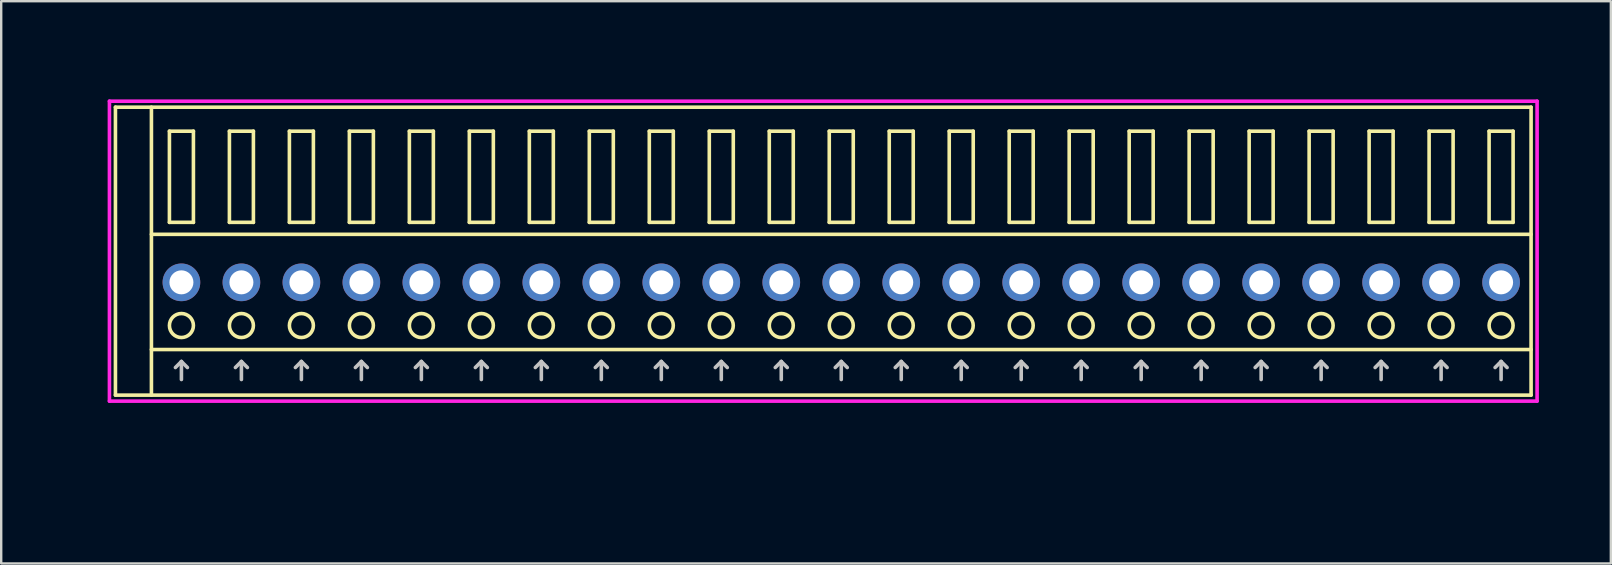
<source format=kicad_pcb>
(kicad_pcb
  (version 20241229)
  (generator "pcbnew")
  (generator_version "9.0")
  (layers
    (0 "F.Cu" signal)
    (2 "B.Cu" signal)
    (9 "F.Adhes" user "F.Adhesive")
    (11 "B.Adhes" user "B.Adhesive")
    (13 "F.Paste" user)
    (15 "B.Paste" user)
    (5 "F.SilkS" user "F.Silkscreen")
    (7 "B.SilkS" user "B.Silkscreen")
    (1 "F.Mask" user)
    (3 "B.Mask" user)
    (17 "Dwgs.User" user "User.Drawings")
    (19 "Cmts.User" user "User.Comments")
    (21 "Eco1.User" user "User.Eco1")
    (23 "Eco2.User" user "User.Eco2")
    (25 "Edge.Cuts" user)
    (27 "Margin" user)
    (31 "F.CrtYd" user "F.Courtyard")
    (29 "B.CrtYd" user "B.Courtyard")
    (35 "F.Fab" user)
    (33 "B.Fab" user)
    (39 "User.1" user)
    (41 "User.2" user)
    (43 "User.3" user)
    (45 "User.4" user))
  (footprint "COMBICON_HDR250P23"
    (layer "F.Cu")
    (at 32.011 8.717)
    (property "Reference" "COMBICON_HDR250P23" (at -31.25 0 90) (layer "User.1") (effects (font (size 1 1) (thickness 0.1))))
    (attr through_hole)
    (fp_line (start -30.25 -7.3) (end -30.25 4.7) (stroke (width 0.15) (type solid)) (layer "F.SilkS"))
    (fp_line (start -30.25 4.7) (end 28.75 4.7) (stroke (width 0.15) (type solid)) (layer "F.SilkS"))
    (fp_line (start -28.75 -2) (end 28.75 -2) (stroke (width 0.15) (type solid)) (layer "F.SilkS"))
    (fp_line (start -28.75 2.8) (end 28.75 2.8) (stroke (width 0.15) (type solid)) (layer "F.SilkS"))
    (fp_line (start -28.75 4.7) (end -28.75 -7.3) (stroke (width 0.15) (type solid)) (layer "F.SilkS"))
    (fp_line (start -28 -6.3) (end -28 -2.5) (stroke (width 0.15) (type solid)) (layer "F.SilkS"))
    (fp_line (start -28 -2.5) (end -27 -2.5) (stroke (width 0.15) (type solid)) (layer "F.SilkS"))
    (fp_line (start -27 -6.3) (end -28 -6.3) (stroke (width 0.15) (type solid)) (layer "F.SilkS"))
    (fp_line (start -27 -2.5) (end -27 -6.3) (stroke (width 0.15) (type solid)) (layer "F.SilkS"))
    (fp_line (start -25.5 -6.3) (end -25.5 -2.5) (stroke (width 0.15) (type solid)) (layer "F.SilkS"))
    (fp_line (start -25.5 -2.5) (end -24.5 -2.5) (stroke (width 0.15) (type solid)) (layer "F.SilkS"))
    (fp_line (start -24.5 -6.3) (end -25.5 -6.3) (stroke (width 0.15) (type solid)) (layer "F.SilkS"))
    (fp_line (start -24.5 -2.5) (end -24.5 -6.3) (stroke (width 0.15) (type solid)) (layer "F.SilkS"))
    (fp_line (start -23 -6.3) (end -23 -2.5) (stroke (width 0.15) (type solid)) (layer "F.SilkS"))
    (fp_line (start -23 -2.5) (end -22 -2.5) (stroke (width 0.15) (type solid)) (layer "F.SilkS"))
    (fp_line (start -22 -6.3) (end -23 -6.3) (stroke (width 0.15) (type solid)) (layer "F.SilkS"))
    (fp_line (start -22 -2.5) (end -22 -6.3) (stroke (width 0.15) (type solid)) (layer "F.SilkS"))
    (fp_line (start -20.5 -6.3) (end -20.5 -2.5) (stroke (width 0.15) (type solid)) (layer "F.SilkS"))
    (fp_line (start -20.5 -2.5) (end -19.5 -2.5) (stroke (width 0.15) (type solid)) (layer "F.SilkS"))
    (fp_line (start -19.5 -6.3) (end -20.5 -6.3) (stroke (width 0.15) (type solid)) (layer "F.SilkS"))
    (fp_line (start -19.5 -2.5) (end -19.5 -6.3) (stroke (width 0.15) (type solid)) (layer "F.SilkS"))
    (fp_line (start -18 -6.3) (end -18 -2.5) (stroke (width 0.15) (type solid)) (layer "F.SilkS"))
    (fp_line (start -18 -2.5) (end -17 -2.5) (stroke (width 0.15) (type solid)) (layer "F.SilkS"))
    (fp_line (start -17 -6.3) (end -18 -6.3) (stroke (width 0.15) (type solid)) (layer "F.SilkS"))
    (fp_line (start -17 -2.5) (end -17 -6.3) (stroke (width 0.15) (type solid)) (layer "F.SilkS"))
    (fp_line (start -15.5 -6.3) (end -15.5 -2.5) (stroke (width 0.15) (type solid)) (layer "F.SilkS"))
    (fp_line (start -15.5 -2.5) (end -14.5 -2.5) (stroke (width 0.15) (type solid)) (layer "F.SilkS"))
    (fp_line (start -14.5 -6.3) (end -15.5 -6.3) (stroke (width 0.15) (type solid)) (layer "F.SilkS"))
    (fp_line (start -14.5 -2.5) (end -14.5 -6.3) (stroke (width 0.15) (type solid)) (layer "F.SilkS"))
    (fp_line (start -13 -6.3) (end -13 -2.5) (stroke (width 0.15) (type solid)) (layer "F.SilkS"))
    (fp_line (start -13 -2.5) (end -12 -2.5) (stroke (width 0.15) (type solid)) (layer "F.SilkS"))
    (fp_line (start -12 -6.3) (end -13 -6.3) (stroke (width 0.15) (type solid)) (layer "F.SilkS"))
    (fp_line (start -12 -2.5) (end -12 -6.3) (stroke (width 0.15) (type solid)) (layer "F.SilkS"))
    (fp_line (start -10.5 -6.3) (end -10.5 -2.5) (stroke (width 0.15) (type solid)) (layer "F.SilkS"))
    (fp_line (start -10.5 -2.5) (end -9.5 -2.5) (stroke (width 0.15) (type solid)) (layer "F.SilkS"))
    (fp_line (start -9.5 -6.3) (end -10.5 -6.3) (stroke (width 0.15) (type solid)) (layer "F.SilkS"))
    (fp_line (start -9.5 -2.5) (end -9.5 -6.3) (stroke (width 0.15) (type solid)) (layer "F.SilkS"))
    (fp_line (start -8 -6.3) (end -8 -2.5) (stroke (width 0.15) (type solid)) (layer "F.SilkS"))
    (fp_line (start -8 -2.5) (end -7 -2.5) (stroke (width 0.15) (type solid)) (layer "F.SilkS"))
    (fp_line (start -7 -6.3) (end -8 -6.3) (stroke (width 0.15) (type solid)) (layer "F.SilkS"))
    (fp_line (start -7 -2.5) (end -7 -6.3) (stroke (width 0.15) (type solid)) (layer "F.SilkS"))
    (fp_line (start -5.5 -6.3) (end -5.5 -2.5) (stroke (width 0.15) (type solid)) (layer "F.SilkS"))
    (fp_line (start -5.5 -2.5) (end -4.5 -2.5) (stroke (width 0.15) (type solid)) (layer "F.SilkS"))
    (fp_line (start -4.5 -6.3) (end -5.5 -6.3) (stroke (width 0.15) (type solid)) (layer "F.SilkS"))
    (fp_line (start -4.5 -2.5) (end -4.5 -6.3) (stroke (width 0.15) (type solid)) (layer "F.SilkS"))
    (fp_line (start -3 -6.3) (end -3 -2.5) (stroke (width 0.15) (type solid)) (layer "F.SilkS"))
    (fp_line (start -3 -2.5) (end -2 -2.5) (stroke (width 0.15) (type solid)) (layer "F.SilkS"))
    (fp_line (start -2 -6.3) (end -3 -6.3) (stroke (width 0.15) (type solid)) (layer "F.SilkS"))
    (fp_line (start -2 -2.5) (end -2 -6.3) (stroke (width 0.15) (type solid)) (layer "F.SilkS"))
    (fp_line (start -0.5 -6.3) (end -0.5 -2.5) (stroke (width 0.15) (type solid)) (layer "F.SilkS"))
    (fp_line (start -0.5 -2.5) (end 0.5 -2.5) (stroke (width 0.15) (type solid)) (layer "F.SilkS"))
    (fp_line (start 0.5 -6.3) (end -0.5 -6.3) (stroke (width 0.15) (type solid)) (layer "F.SilkS"))
    (fp_line (start 0.5 -2.5) (end 0.5 -6.3) (stroke (width 0.15) (type solid)) (layer "F.SilkS"))
    (fp_line (start 2 -6.3) (end 2 -2.5) (stroke (width 0.15) (type solid)) (layer "F.SilkS"))
    (fp_line (start 2 -2.5) (end 3 -2.5) (stroke (width 0.15) (type solid)) (layer "F.SilkS"))
    (fp_line (start 3 -6.3) (end 2 -6.3) (stroke (width 0.15) (type solid)) (layer "F.SilkS"))
    (fp_line (start 3 -2.5) (end 3 -6.3) (stroke (width 0.15) (type solid)) (layer "F.SilkS"))
    (fp_line (start 4.5 -6.3) (end 4.5 -2.5) (stroke (width 0.15) (type solid)) (layer "F.SilkS"))
    (fp_line (start 4.5 -2.5) (end 5.5 -2.5) (stroke (width 0.15) (type solid)) (layer "F.SilkS"))
    (fp_line (start 5.5 -6.3) (end 4.5 -6.3) (stroke (width 0.15) (type solid)) (layer "F.SilkS"))
    (fp_line (start 5.5 -2.5) (end 5.5 -6.3) (stroke (width 0.15) (type solid)) (layer "F.SilkS"))
    (fp_line (start 7 -6.3) (end 7 -2.5) (stroke (width 0.15) (type solid)) (layer "F.SilkS"))
    (fp_line (start 7 -2.5) (end 8 -2.5) (stroke (width 0.15) (type solid)) (layer "F.SilkS"))
    (fp_line (start 8 -6.3) (end 7 -6.3) (stroke (width 0.15) (type solid)) (layer "F.SilkS"))
    (fp_line (start 8 -2.5) (end 8 -6.3) (stroke (width 0.15) (type solid)) (layer "F.SilkS"))
    (fp_line (start 9.5 -6.3) (end 9.5 -2.5) (stroke (width 0.15) (type solid)) (layer "F.SilkS"))
    (fp_line (start 9.5 -2.5) (end 10.5 -2.5) (stroke (width 0.15) (type solid)) (layer "F.SilkS"))
    (fp_line (start 10.5 -6.3) (end 9.5 -6.3) (stroke (width 0.15) (type solid)) (layer "F.SilkS"))
    (fp_line (start 10.5 -2.5) (end 10.5 -6.3) (stroke (width 0.15) (type solid)) (layer "F.SilkS"))
    (fp_line (start 12 -6.3) (end 12 -2.5) (stroke (width 0.15) (type solid)) (layer "F.SilkS"))
    (fp_line (start 12 -2.5) (end 13 -2.5) (stroke (width 0.15) (type solid)) (layer "F.SilkS"))
    (fp_line (start 13 -6.3) (end 12 -6.3) (stroke (width 0.15) (type solid)) (layer "F.SilkS"))
    (fp_line (start 13 -2.5) (end 13 -6.3) (stroke (width 0.15) (type solid)) (layer "F.SilkS"))
    (fp_line (start 14.5 -6.3) (end 14.5 -2.5) (stroke (width 0.15) (type solid)) (layer "F.SilkS"))
    (fp_line (start 14.5 -2.5) (end 15.5 -2.5) (stroke (width 0.15) (type solid)) (layer "F.SilkS"))
    (fp_line (start 15.5 -6.3) (end 14.5 -6.3) (stroke (width 0.15) (type solid)) (layer "F.SilkS"))
    (fp_line (start 15.5 -2.5) (end 15.5 -6.3) (stroke (width 0.15) (type solid)) (layer "F.SilkS"))
    (fp_line (start 17 -6.3) (end 17 -2.5) (stroke (width 0.15) (type solid)) (layer "F.SilkS"))
    (fp_line (start 17 -2.5) (end 18 -2.5) (stroke (width 0.15) (type solid)) (layer "F.SilkS"))
    (fp_line (start 18 -6.3) (end 17 -6.3) (stroke (width 0.15) (type solid)) (layer "F.SilkS"))
    (fp_line (start 18 -2.5) (end 18 -6.3) (stroke (width 0.15) (type solid)) (layer "F.SilkS"))
    (fp_line (start 19.5 -6.3) (end 19.5 -2.5) (stroke (width 0.15) (type solid)) (layer "F.SilkS"))
    (fp_line (start 19.5 -2.5) (end 20.5 -2.5) (stroke (width 0.15) (type solid)) (layer "F.SilkS"))
    (fp_line (start 20.5 -6.3) (end 19.5 -6.3) (stroke (width 0.15) (type solid)) (layer "F.SilkS"))
    (fp_line (start 20.5 -2.5) (end 20.5 -6.3) (stroke (width 0.15) (type solid)) (layer "F.SilkS"))
    (fp_line (start 22 -6.3) (end 22 -2.5) (stroke (width 0.15) (type solid)) (layer "F.SilkS"))
    (fp_line (start 22 -2.5) (end 23 -2.5) (stroke (width 0.15) (type solid)) (layer "F.SilkS"))
    (fp_line (start 23 -6.3) (end 22 -6.3) (stroke (width 0.15) (type solid)) (layer "F.SilkS"))
    (fp_line (start 23 -2.5) (end 23 -6.3) (stroke (width 0.15) (type solid)) (layer "F.SilkS"))
    (fp_line (start 24.5 -6.3) (end 24.5 -2.5) (stroke (width 0.15) (type solid)) (layer "F.SilkS"))
    (fp_line (start 24.5 -2.5) (end 25.5 -2.5) (stroke (width 0.15) (type solid)) (layer "F.SilkS"))
    (fp_line (start 25.5 -6.3) (end 24.5 -6.3) (stroke (width 0.15) (type solid)) (layer "F.SilkS"))
    (fp_line (start 25.5 -2.5) (end 25.5 -6.3) (stroke (width 0.15) (type solid)) (layer "F.SilkS"))
    (fp_line (start 27 -6.3) (end 27 -2.5) (stroke (width 0.15) (type solid)) (layer "F.SilkS"))
    (fp_line (start 27 -2.5) (end 28 -2.5) (stroke (width 0.15) (type solid)) (layer "F.SilkS"))
    (fp_line (start 28 -6.3) (end 27 -6.3) (stroke (width 0.15) (type solid)) (layer "F.SilkS"))
    (fp_line (start 28 -2.5) (end 28 -6.3) (stroke (width 0.15) (type solid)) (layer "F.SilkS"))
    (fp_line (start 28.75 -7.3) (end -30.25 -7.3) (stroke (width 0.15) (type solid)) (layer "F.SilkS"))
    (fp_line (start 28.75 4.7) (end 28.75 -7.3) (stroke (width 0.15) (type solid)) (layer "F.SilkS"))
    (fp_circle (center -27.5 1.8) (end -27 1.8) (stroke (width 0.15) (type solid)) (fill no) (layer "F.SilkS"))
    (fp_circle (center -25 1.8) (end -24.5 1.8) (stroke (width 0.15) (type solid)) (fill no) (layer "F.SilkS"))
    (fp_circle (center -22.5 1.8) (end -22 1.8) (stroke (width 0.15) (type solid)) (fill no) (layer "F.SilkS"))
    (fp_circle (center -20 1.8) (end -19.5 1.8) (stroke (width 0.15) (type solid)) (fill no) (layer "F.SilkS"))
    (fp_circle (center -17.5 1.8) (end -17 1.8) (stroke (width 0.15) (type solid)) (fill no) (layer "F.SilkS"))
    (fp_circle (center -15 1.8) (end -14.5 1.8) (stroke (width 0.15) (type solid)) (fill no) (layer "F.SilkS"))
    (fp_circle (center -12.5 1.8) (end -12 1.8) (stroke (width 0.15) (type solid)) (fill no) (layer "F.SilkS"))
    (fp_circle (center -10 1.8) (end -9.5 1.8) (stroke (width 0.15) (type solid)) (fill no) (layer "F.SilkS"))
    (fp_circle (center -7.5 1.8) (end -7 1.8) (stroke (width 0.15) (type solid)) (fill no) (layer "F.SilkS"))
    (fp_circle (center -5 1.8) (end -4.5 1.8) (stroke (width 0.15) (type solid)) (fill no) (layer "F.SilkS"))
    (fp_circle (center -2.5 1.8) (end -2 1.8) (stroke (width 0.15) (type solid)) (fill no) (layer "F.SilkS"))
    (fp_circle (center 0 1.8) (end 0.5 1.8) (stroke (width 0.15) (type solid)) (fill no) (layer "F.SilkS"))
    (fp_circle (center 2.5 1.8) (end 3 1.8) (stroke (width 0.15) (type solid)) (fill no) (layer "F.SilkS"))
    (fp_circle (center 5 1.8) (end 5.5 1.8) (stroke (width 0.15) (type solid)) (fill no) (layer "F.SilkS"))
    (fp_circle (center 7.5 1.8) (end 8 1.8) (stroke (width 0.15) (type solid)) (fill no) (layer "F.SilkS"))
    (fp_circle (center 10 1.8) (end 10.5 1.8) (stroke (width 0.15) (type solid)) (fill no) (layer "F.SilkS"))
    (fp_circle (center 12.5 1.8) (end 13 1.8) (stroke (width 0.15) (type solid)) (fill no) (layer "F.SilkS"))
    (fp_circle (center 15 1.8) (end 15.5 1.8) (stroke (width 0.15) (type solid)) (fill no) (layer "F.SilkS"))
    (fp_circle (center 17.5 1.8) (end 18 1.8) (stroke (width 0.15) (type solid)) (fill no) (layer "F.SilkS"))
    (fp_circle (center 20 1.8) (end 20.5 1.8) (stroke (width 0.15) (type solid)) (fill no) (layer "F.SilkS"))
    (fp_circle (center 22.5 1.8) (end 23 1.8) (stroke (width 0.15) (type solid)) (fill no) (layer "F.SilkS"))
    (fp_circle (center 25 1.8) (end 25.5 1.8) (stroke (width 0.15) (type solid)) (fill no) (layer "F.SilkS"))
    (fp_circle (center 27.5 1.8) (end 28 1.8) (stroke (width 0.15) (type solid)) (fill no) (layer "F.SilkS"))
    (fp_line (start -27.75 3.55) (end -27.5 3.3) (stroke (width 0.15) (type solid)) (layer "Dwgs.User"))
    (fp_line (start -27.5 4.05) (end -27.5 3.3) (stroke (width 0.15) (type solid)) (layer "Dwgs.User"))
    (fp_line (start -27.25 3.55) (end -27.5 3.3) (stroke (width 0.15) (type solid)) (layer "Dwgs.User"))
    (fp_line (start -25.25 3.55) (end -25 3.3) (stroke (width 0.15) (type solid)) (layer "Dwgs.User"))
    (fp_line (start -25 4.05) (end -25 3.3) (stroke (width 0.15) (type solid)) (layer "Dwgs.User"))
    (fp_line (start -24.75 3.55) (end -25 3.3) (stroke (width 0.15) (type solid)) (layer "Dwgs.User"))
    (fp_line (start -22.75 3.55) (end -22.5 3.3) (stroke (width 0.15) (type solid)) (layer "Dwgs.User"))
    (fp_line (start -22.5 4.05) (end -22.5 3.3) (stroke (width 0.15) (type solid)) (layer "Dwgs.User"))
    (fp_line (start -22.25 3.55) (end -22.5 3.3) (stroke (width 0.15) (type solid)) (layer "Dwgs.User"))
    (fp_line (start -20.25 3.55) (end -20 3.3) (stroke (width 0.15) (type solid)) (layer "Dwgs.User"))
    (fp_line (start -20 4.05) (end -20 3.3) (stroke (width 0.15) (type solid)) (layer "Dwgs.User"))
    (fp_line (start -19.75 3.55) (end -20 3.3) (stroke (width 0.15) (type solid)) (layer "Dwgs.User"))
    (fp_line (start -17.75 3.55) (end -17.5 3.3) (stroke (width 0.15) (type solid)) (layer "Dwgs.User"))
    (fp_line (start -17.5 4.05) (end -17.5 3.3) (stroke (width 0.15) (type solid)) (layer "Dwgs.User"))
    (fp_line (start -17.25 3.55) (end -17.5 3.3) (stroke (width 0.15) (type solid)) (layer "Dwgs.User"))
    (fp_line (start -15.25 3.55) (end -15 3.3) (stroke (width 0.15) (type solid)) (layer "Dwgs.User"))
    (fp_line (start -15 4.05) (end -15 3.3) (stroke (width 0.15) (type solid)) (layer "Dwgs.User"))
    (fp_line (start -14.75 3.55) (end -15 3.3) (stroke (width 0.15) (type solid)) (layer "Dwgs.User"))
    (fp_line (start -12.75 3.55) (end -12.5 3.3) (stroke (width 0.15) (type solid)) (layer "Dwgs.User"))
    (fp_line (start -12.5 4.05) (end -12.5 3.3) (stroke (width 0.15) (type solid)) (layer "Dwgs.User"))
    (fp_line (start -12.25 3.55) (end -12.5 3.3) (stroke (width 0.15) (type solid)) (layer "Dwgs.User"))
    (fp_line (start -10.25 3.55) (end -10 3.3) (stroke (width 0.15) (type solid)) (layer "Dwgs.User"))
    (fp_line (start -10 4.05) (end -10 3.3) (stroke (width 0.15) (type solid)) (layer "Dwgs.User"))
    (fp_line (start -9.75 3.55) (end -10 3.3) (stroke (width 0.15) (type solid)) (layer "Dwgs.User"))
    (fp_line (start -7.75 3.55) (end -7.5 3.3) (stroke (width 0.15) (type solid)) (layer "Dwgs.User"))
    (fp_line (start -7.5 4.05) (end -7.5 3.3) (stroke (width 0.15) (type solid)) (layer "Dwgs.User"))
    (fp_line (start -7.25 3.55) (end -7.5 3.3) (stroke (width 0.15) (type solid)) (layer "Dwgs.User"))
    (fp_line (start -5.25 3.55) (end -5 3.3) (stroke (width 0.15) (type solid)) (layer "Dwgs.User"))
    (fp_line (start -5 4.05) (end -5 3.3) (stroke (width 0.15) (type solid)) (layer "Dwgs.User"))
    (fp_line (start -4.75 3.55) (end -5 3.3) (stroke (width 0.15) (type solid)) (layer "Dwgs.User"))
    (fp_line (start -2.75 3.55) (end -2.5 3.3) (stroke (width 0.15) (type solid)) (layer "Dwgs.User"))
    (fp_line (start -2.5 4.05) (end -2.5 3.3) (stroke (width 0.15) (type solid)) (layer "Dwgs.User"))
    (fp_line (start -2.25 3.55) (end -2.5 3.3) (stroke (width 0.15) (type solid)) (layer "Dwgs.User"))
    (fp_line (start -0.25 3.55) (end 0 3.3) (stroke (width 0.15) (type solid)) (layer "Dwgs.User"))
    (fp_line (start 0 4.05) (end 0 3.3) (stroke (width 0.15) (type solid)) (layer "Dwgs.User"))
    (fp_line (start 0.25 3.55) (end 0 3.3) (stroke (width 0.15) (type solid)) (layer "Dwgs.User"))
    (fp_line (start 2.25 3.55) (end 2.5 3.3) (stroke (width 0.15) (type solid)) (layer "Dwgs.User"))
    (fp_line (start 2.5 4.05) (end 2.5 3.3) (stroke (width 0.15) (type solid)) (layer "Dwgs.User"))
    (fp_line (start 2.75 3.55) (end 2.5 3.3) (stroke (width 0.15) (type solid)) (layer "Dwgs.User"))
    (fp_line (start 4.75 3.55) (end 5 3.3) (stroke (width 0.15) (type solid)) (layer "Dwgs.User"))
    (fp_line (start 5 4.05) (end 5 3.3) (stroke (width 0.15) (type solid)) (layer "Dwgs.User"))
    (fp_line (start 5.25 3.55) (end 5 3.3) (stroke (width 0.15) (type solid)) (layer "Dwgs.User"))
    (fp_line (start 7.25 3.55) (end 7.5 3.3) (stroke (width 0.15) (type solid)) (layer "Dwgs.User"))
    (fp_line (start 7.5 4.05) (end 7.5 3.3) (stroke (width 0.15) (type solid)) (layer "Dwgs.User"))
    (fp_line (start 7.75 3.55) (end 7.5 3.3) (stroke (width 0.15) (type solid)) (layer "Dwgs.User"))
    (fp_line (start 9.75 3.55) (end 10 3.3) (stroke (width 0.15) (type solid)) (layer "Dwgs.User"))
    (fp_line (start 10 4.05) (end 10 3.3) (stroke (width 0.15) (type solid)) (layer "Dwgs.User"))
    (fp_line (start 10.25 3.55) (end 10 3.3) (stroke (width 0.15) (type solid)) (layer "Dwgs.User"))
    (fp_line (start 12.25 3.55) (end 12.5 3.3) (stroke (width 0.15) (type solid)) (layer "Dwgs.User"))
    (fp_line (start 12.5 4.05) (end 12.5 3.3) (stroke (width 0.15) (type solid)) (layer "Dwgs.User"))
    (fp_line (start 12.75 3.55) (end 12.5 3.3) (stroke (width 0.15) (type solid)) (layer "Dwgs.User"))
    (fp_line (start 14.75 3.55) (end 15 3.3) (stroke (width 0.15) (type solid)) (layer "Dwgs.User"))
    (fp_line (start 15 4.05) (end 15 3.3) (stroke (width 0.15) (type solid)) (layer "Dwgs.User"))
    (fp_line (start 15.25 3.55) (end 15 3.3) (stroke (width 0.15) (type solid)) (layer "Dwgs.User"))
    (fp_line (start 17.25 3.55) (end 17.5 3.3) (stroke (width 0.15) (type solid)) (layer "Dwgs.User"))
    (fp_line (start 17.5 4.05) (end 17.5 3.3) (stroke (width 0.15) (type solid)) (layer "Dwgs.User"))
    (fp_line (start 17.75 3.55) (end 17.5 3.3) (stroke (width 0.15) (type solid)) (layer "Dwgs.User"))
    (fp_line (start 19.75 3.55) (end 20 3.3) (stroke (width 0.15) (type solid)) (layer "Dwgs.User"))
    (fp_line (start 20 4.05) (end 20 3.3) (stroke (width 0.15) (type solid)) (layer "Dwgs.User"))
    (fp_line (start 20.25 3.55) (end 20 3.3) (stroke (width 0.15) (type solid)) (layer "Dwgs.User"))
    (fp_line (start 22.25 3.55) (end 22.5 3.3) (stroke (width 0.15) (type solid)) (layer "Dwgs.User"))
    (fp_line (start 22.5 4.05) (end 22.5 3.3) (stroke (width 0.15) (type solid)) (layer "Dwgs.User"))
    (fp_line (start 22.75 3.55) (end 22.5 3.3) (stroke (width 0.15) (type solid)) (layer "Dwgs.User"))
    (fp_line (start 24.75 3.55) (end 25 3.3) (stroke (width 0.15) (type solid)) (layer "Dwgs.User"))
    (fp_line (start 25 4.05) (end 25 3.3) (stroke (width 0.15) (type solid)) (layer "Dwgs.User"))
    (fp_line (start 25.25 3.55) (end 25 3.3) (stroke (width 0.15) (type solid)) (layer "Dwgs.User"))
    (fp_line (start 27.25 3.55) (end 27.5 3.3) (stroke (width 0.15) (type solid)) (layer "Dwgs.User"))
    (fp_line (start 27.5 4.05) (end 27.5 3.3) (stroke (width 0.15) (type solid)) (layer "Dwgs.User"))
    (fp_line (start 27.75 3.55) (end 27.5 3.3) (stroke (width 0.15) (type solid)) (layer "Dwgs.User"))
    (fp_line (start -30.5 -7.55) (end -30.5 4.95) (stroke (width 0.15) (type solid)) (layer "F.CrtYd"))
    (fp_line (start -30.5 4.95) (end 29 4.95) (stroke (width 0.15) (type solid)) (layer "F.CrtYd"))
    (fp_line (start 29 -7.55) (end -30.5 -7.55) (stroke (width 0.15) (type solid)) (layer "F.CrtYd"))
    (fp_line (start 29 4.95) (end 29 -7.55) (stroke (width 0.15) (type solid)) (layer "F.CrtYd"))
    (pad "1" thru_hole oval (at -27.5 0) (size 1.57 1.57) (drill 1) (layers "*.Cu" "*.Mask"))
    (pad "2" thru_hole oval (at -25 0) (size 1.57 1.57) (drill 1) (layers "*.Cu" "*.Mask"))
    (pad "3" thru_hole oval (at -22.5 0) (size 1.57 1.57) (drill 1) (layers "*.Cu" "*.Mask"))
    (pad "4" thru_hole oval (at -20 0) (size 1.57 1.57) (drill 1) (layers "*.Cu" "*.Mask"))
    (pad "5" thru_hole oval (at -17.5 0) (size 1.57 1.57) (drill 1) (layers "*.Cu" "*.Mask"))
    (pad "6" thru_hole oval (at -15 0) (size 1.57 1.57) (drill 1) (layers "*.Cu" "*.Mask"))
    (pad "7" thru_hole oval (at -12.5 0) (size 1.57 1.57) (drill 1) (layers "*.Cu" "*.Mask"))
    (pad "8" thru_hole oval (at -10 0) (size 1.57 1.57) (drill 1) (layers "*.Cu" "*.Mask"))
    (pad "9" thru_hole oval (at -7.5 0) (size 1.57 1.57) (drill 1) (layers "*.Cu" "*.Mask"))
    (pad "10" thru_hole oval (at -5 0) (size 1.57 1.57) (drill 1) (layers "*.Cu" "*.Mask"))
    (pad "11" thru_hole oval (at -2.5 0) (size 1.57 1.57) (drill 1) (layers "*.Cu" "*.Mask"))
    (pad "12" thru_hole oval (at 0 0) (size 1.57 1.57) (drill 1) (layers "*.Cu" "*.Mask"))
    (pad "13" thru_hole oval (at 2.5 0) (size 1.57 1.57) (drill 1) (layers "*.Cu" "*.Mask"))
    (pad "14" thru_hole oval (at 5 0) (size 1.57 1.57) (drill 1) (layers "*.Cu" "*.Mask"))
    (pad "15" thru_hole oval (at 7.5 0) (size 1.57 1.57) (drill 1) (layers "*.Cu" "*.Mask"))
    (pad "16" thru_hole oval (at 10 0) (size 1.57 1.57) (drill 1) (layers "*.Cu" "*.Mask"))
    (pad "17" thru_hole oval (at 12.5 0) (size 1.57 1.57) (drill 1) (layers "*.Cu" "*.Mask"))
    (pad "18" thru_hole oval (at 15 0) (size 1.57 1.57) (drill 1) (layers "*.Cu" "*.Mask"))
    (pad "19" thru_hole oval (at 17.5 0) (size 1.57 1.57) (drill 1) (layers "*.Cu" "*.Mask"))
    (pad "20" thru_hole oval (at 20 0) (size 1.57 1.57) (drill 1) (layers "*.Cu" "*.Mask"))
    (pad "21" thru_hole oval (at 22.5 0) (size 1.57 1.57) (drill 1) (layers "*.Cu" "*.Mask"))
    (pad "22" thru_hole oval (at 25 0) (size 1.57 1.57) (drill 1) (layers "*.Cu" "*.Mask"))
    (pad "23" thru_hole oval (at 27.5 0) (size 1.57 1.57) (drill 1) (layers "*.Cu" "*.Mask")))
  (gr_rect
    (start -3 -3)
    (end 64.085 20.433)
    (stroke (width 0.1) (type default))
    (fill no)
    (layer "Edge.Cuts")))
</source>
